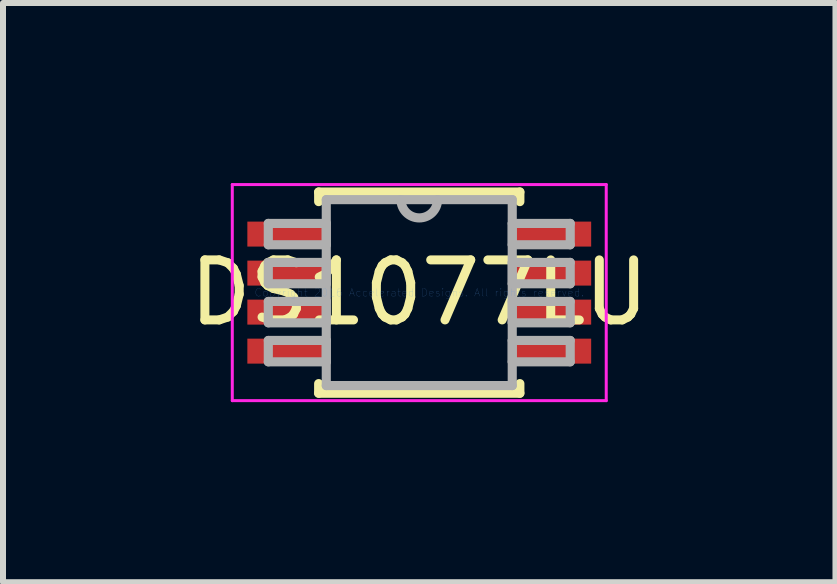
<source format=kicad_pcb>
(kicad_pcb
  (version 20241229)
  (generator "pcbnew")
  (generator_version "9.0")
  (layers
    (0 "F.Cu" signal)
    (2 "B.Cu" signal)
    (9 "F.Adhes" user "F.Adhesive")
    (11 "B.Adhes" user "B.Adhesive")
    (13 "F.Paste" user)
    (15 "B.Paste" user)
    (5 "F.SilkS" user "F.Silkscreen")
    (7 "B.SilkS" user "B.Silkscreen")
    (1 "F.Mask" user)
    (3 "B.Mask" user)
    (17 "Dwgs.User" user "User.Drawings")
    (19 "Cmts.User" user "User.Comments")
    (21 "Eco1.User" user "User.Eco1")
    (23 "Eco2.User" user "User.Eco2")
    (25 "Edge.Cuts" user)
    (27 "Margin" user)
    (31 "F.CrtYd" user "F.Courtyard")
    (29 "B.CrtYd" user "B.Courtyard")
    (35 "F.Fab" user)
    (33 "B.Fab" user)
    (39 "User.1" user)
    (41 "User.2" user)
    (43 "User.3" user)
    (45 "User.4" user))
  (footprint "DS1077LU"
    (layer "F.Cu")
    (at 3.935 1.825)
    (property "Reference" "DS1077LU" (at 0 0 0) (layer "F.SilkS") (effects (font (size 1 1) (thickness 0.15))))
    (attr through_hole)
    (fp_line (start -1.676 -1.676) (end -1.676 -1.516) (stroke (width 0.152) (type solid)) (layer "F.SilkS"))
    (fp_line (start -1.676 1.516) (end -1.676 1.676) (stroke (width 0.152) (type solid)) (layer "F.SilkS"))
    (fp_line (start -1.676 1.676) (end 1.676 1.676) (stroke (width 0.152) (type solid)) (layer "F.SilkS"))
    (fp_line (start 1.676 -1.676) (end -1.676 -1.676) (stroke (width 0.152) (type solid)) (layer "F.SilkS"))
    (fp_line (start 1.676 -1.516) (end 1.676 -1.676) (stroke (width 0.152) (type solid)) (layer "F.SilkS"))
    (fp_line (start 1.676 1.676) (end 1.676 1.516) (stroke (width 0.152) (type solid)) (layer "F.SilkS"))
    (fp_line (start -3.115 -1.8) (end -3.115 1.8) (stroke (width 0.05) (type solid)) (layer "F.CrtYd"))
    (fp_line (start -3.115 -1.8) (end 3.115 -1.8) (stroke (width 0.05) (type solid)) (layer "F.CrtYd"))
    (fp_line (start 3.115 -1.8) (end 3.115 1.8) (stroke (width 0.05) (type solid)) (layer "F.CrtYd"))
    (fp_line (start 3.115 1.8) (end -3.115 1.8) (stroke (width 0.05) (type solid)) (layer "F.CrtYd"))
    (fp_line (start -2.515 -1.153) (end -2.515 -0.797) (stroke (width 0.152) (type solid)) (layer "F.Fab"))
    (fp_line (start -2.515 -0.797) (end -1.549 -0.797) (stroke (width 0.152) (type solid)) (layer "F.Fab"))
    (fp_line (start -2.515 -0.503) (end -2.515 -0.147) (stroke (width 0.152) (type solid)) (layer "F.Fab"))
    (fp_line (start -2.515 -0.147) (end -1.549 -0.147) (stroke (width 0.152) (type solid)) (layer "F.Fab"))
    (fp_line (start -2.515 0.147) (end -2.515 0.503) (stroke (width 0.152) (type solid)) (layer "F.Fab"))
    (fp_line (start -2.515 0.503) (end -1.549 0.503) (stroke (width 0.152) (type solid)) (layer "F.Fab"))
    (fp_line (start -2.515 0.797) (end -2.515 1.153) (stroke (width 0.152) (type solid)) (layer "F.Fab"))
    (fp_line (start -2.515 1.153) (end -1.549 1.153) (stroke (width 0.152) (type solid)) (layer "F.Fab"))
    (fp_line (start -1.549 -1.549) (end -1.549 1.549) (stroke (width 0.152) (type solid)) (layer "F.Fab"))
    (fp_line (start -1.549 -1.153) (end -2.515 -1.153) (stroke (width 0.152) (type solid)) (layer "F.Fab"))
    (fp_line (start -1.549 -0.797) (end -1.549 -1.153) (stroke (width 0.152) (type solid)) (layer "F.Fab"))
    (fp_line (start -1.549 -0.503) (end -2.515 -0.503) (stroke (width 0.152) (type solid)) (layer "F.Fab"))
    (fp_line (start -1.549 -0.147) (end -1.549 -0.503) (stroke (width 0.152) (type solid)) (layer "F.Fab"))
    (fp_line (start -1.549 0.147) (end -2.515 0.147) (stroke (width 0.152) (type solid)) (layer "F.Fab"))
    (fp_line (start -1.549 0.503) (end -1.549 0.147) (stroke (width 0.152) (type solid)) (layer "F.Fab"))
    (fp_line (start -1.549 0.797) (end -2.515 0.797) (stroke (width 0.152) (type solid)) (layer "F.Fab"))
    (fp_line (start -1.549 1.153) (end -1.549 0.797) (stroke (width 0.152) (type solid)) (layer "F.Fab"))
    (fp_line (start -1.549 1.549) (end 1.549 1.549) (stroke (width 0.152) (type solid)) (layer "F.Fab"))
    (fp_line (start 1.549 -1.549) (end -1.549 -1.549) (stroke (width 0.152) (type solid)) (layer "F.Fab"))
    (fp_line (start 1.549 -1.153) (end 1.549 -0.797) (stroke (width 0.152) (type solid)) (layer "F.Fab"))
    (fp_line (start 1.549 -0.797) (end 2.515 -0.797) (stroke (width 0.152) (type solid)) (layer "F.Fab"))
    (fp_line (start 1.549 -0.503) (end 1.549 -0.147) (stroke (width 0.152) (type solid)) (layer "F.Fab"))
    (fp_line (start 1.549 -0.147) (end 2.515 -0.147) (stroke (width 0.152) (type solid)) (layer "F.Fab"))
    (fp_line (start 1.549 0.147) (end 1.549 0.503) (stroke (width 0.152) (type solid)) (layer "F.Fab"))
    (fp_line (start 1.549 0.503) (end 2.515 0.503) (stroke (width 0.152) (type solid)) (layer "F.Fab"))
    (fp_line (start 1.549 0.797) (end 1.549 1.153) (stroke (width 0.152) (type solid)) (layer "F.Fab"))
    (fp_line (start 1.549 1.153) (end 2.515 1.153) (stroke (width 0.152) (type solid)) (layer "F.Fab"))
    (fp_line (start 1.549 1.549) (end 1.549 -1.549) (stroke (width 0.152) (type solid)) (layer "F.Fab"))
    (fp_line (start 2.515 -1.153) (end 1.549 -1.153) (stroke (width 0.152) (type solid)) (layer "F.Fab"))
    (fp_line (start 2.515 -0.797) (end 2.515 -1.153) (stroke (width 0.152) (type solid)) (layer "F.Fab"))
    (fp_line (start 2.515 -0.503) (end 1.549 -0.503) (stroke (width 0.152) (type solid)) (layer "F.Fab"))
    (fp_line (start 2.515 -0.147) (end 2.515 -0.503) (stroke (width 0.152) (type solid)) (layer "F.Fab"))
    (fp_line (start 2.515 0.147) (end 1.549 0.147) (stroke (width 0.152) (type solid)) (layer "F.Fab"))
    (fp_line (start 2.515 0.503) (end 2.515 0.147) (stroke (width 0.152) (type solid)) (layer "F.Fab"))
    (fp_line (start 2.515 0.797) (end 1.549 0.797) (stroke (width 0.152) (type solid)) (layer "F.Fab"))
    (fp_line (start 2.515 1.153) (end 2.515 0.797) (stroke (width 0.152) (type solid)) (layer "F.Fab"))
    (fp_arc (start 0.3048 -1.5494) (mid 0 -1.2446) (end -0.3048 -1.5494) (stroke (width 0.1524) (type solid)) (layer "F.Fab"))
    (fp_text user "Copyright 2016 Accelerated Designs. All rights reserved." (at 0 0 0) (layer "Cmts.User") (effects (font (size 0.127 0.127) (thickness 0.002))))
    (pad "1" smd rect (at -2.184 -0.975) (size 1.36 0.416) (layers "F.Cu" "F.Mask" "F.Paste"))
    (pad "2" smd rect (at -2.184 -0.325) (size 1.36 0.416) (layers "F.Cu" "F.Mask" "F.Paste"))
    (pad "3" smd rect (at -2.184 0.325) (size 1.36 0.416) (layers "F.Cu" "F.Mask" "F.Paste"))
    (pad "4" smd rect (at -2.184 0.975) (size 1.36 0.416) (layers "F.Cu" "F.Mask" "F.Paste"))
    (pad "5" smd rect (at 2.184 0.975) (size 1.36 0.416) (layers "F.Cu" "F.Mask" "F.Paste"))
    (pad "6" smd rect (at 2.184 0.325) (size 1.36 0.416) (layers "F.Cu" "F.Mask" "F.Paste"))
    (pad "7" smd rect (at 2.184 -0.325) (size 1.36 0.416) (layers "F.Cu" "F.Mask" "F.Paste"))
    (pad "8" smd rect (at 2.184 -0.975) (size 1.36 0.416) (layers "F.Cu" "F.Mask" "F.Paste")))
  (gr_rect
    (start -3 -3)
    (end 10.869 6.65)
    (stroke (width 0.1) (type default))
    (fill no)
    (layer "Edge.Cuts")))
</source>
